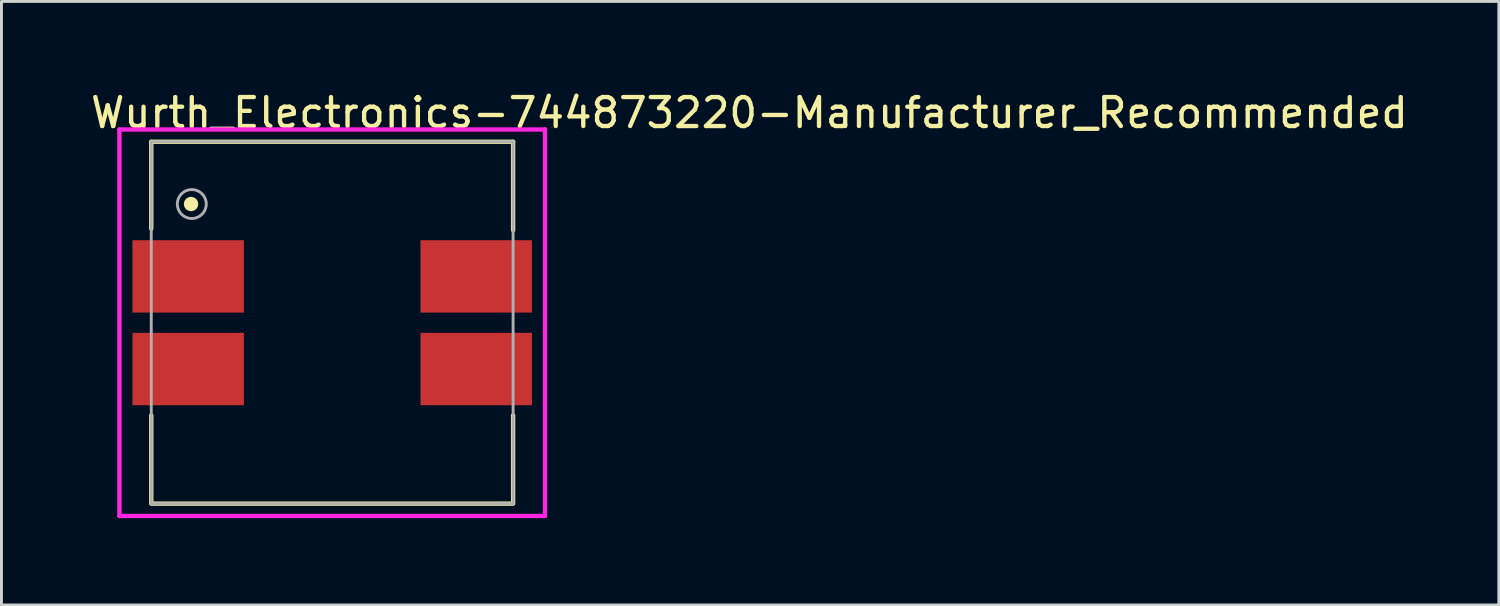
<source format=kicad_pcb>
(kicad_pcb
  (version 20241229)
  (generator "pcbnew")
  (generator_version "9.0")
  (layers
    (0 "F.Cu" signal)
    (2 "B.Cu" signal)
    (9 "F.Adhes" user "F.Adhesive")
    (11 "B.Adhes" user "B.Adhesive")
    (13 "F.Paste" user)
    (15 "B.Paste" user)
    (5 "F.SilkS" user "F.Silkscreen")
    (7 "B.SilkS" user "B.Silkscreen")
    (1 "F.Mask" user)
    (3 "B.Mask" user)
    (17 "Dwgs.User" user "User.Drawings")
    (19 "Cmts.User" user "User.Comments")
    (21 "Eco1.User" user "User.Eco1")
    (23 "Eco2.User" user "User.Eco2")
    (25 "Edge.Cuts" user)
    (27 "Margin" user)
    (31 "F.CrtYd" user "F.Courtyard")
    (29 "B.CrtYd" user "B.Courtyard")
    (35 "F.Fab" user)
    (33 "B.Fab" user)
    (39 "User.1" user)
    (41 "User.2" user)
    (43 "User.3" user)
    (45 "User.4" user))
  (footprint "Wurth_Electronics-744873220-Manufacturer_Recommended"
    (layer "F.Cu")
    (at 8.425 8.098)
    (property "Reference" "Wurth_Electronics-744873220-Manufacturer_Recommended" (at -8.425 -7.25 0) (layer "F.SilkS") (effects (font (size 1 1) (thickness 0.15)) (justify left)))
    (attr through_hole)
    (fp_line (start -6.25 -6.25) (end 6.25 -6.25) (stroke (width 0.15) (type solid)) (layer "F.SilkS"))
    (fp_line (start -6.25 -3.25) (end -6.25 -6.25) (stroke (width 0.15) (type solid)) (layer "F.SilkS"))
    (fp_line (start -6.25 6.2) (end -6.25 3.2) (stroke (width 0.15) (type solid)) (layer "F.SilkS"))
    (fp_line (start -6.25 6.25) (end 6.25 6.25) (stroke (width 0.15) (type solid)) (layer "F.SilkS"))
    (fp_line (start 6.25 -3.2) (end 6.25 -6.25) (stroke (width 0.15) (type solid)) (layer "F.SilkS"))
    (fp_line (start 6.25 6.2) (end 6.25 3.2) (stroke (width 0.15) (type solid)) (layer "F.SilkS"))
    (fp_circle (center -4.875 -4.1) (end -4.75 -4.1) (stroke (width 0.25) (type solid)) (fill no) (layer "F.SilkS"))
    (fp_line (start -7.35 -6.675) (end -7.35 6.675) (stroke (width 0.15) (type solid)) (layer "F.CrtYd"))
    (fp_line (start -7.35 6.675) (end 7.35 6.675) (stroke (width 0.15) (type solid)) (layer "F.CrtYd"))
    (fp_line (start 7.35 -6.675) (end -7.35 -6.675) (stroke (width 0.15) (type solid)) (layer "F.CrtYd"))
    (fp_line (start 7.35 -6.675) (end 7.35 -6.675) (stroke (width 0.15) (type solid)) (layer "F.CrtYd"))
    (fp_line (start 7.35 6.675) (end 7.35 -6.675) (stroke (width 0.15) (type solid)) (layer "F.CrtYd"))
    (fp_line (start -6.25 -6.25) (end 6.25 -6.25) (stroke (width 0.1) (type solid)) (layer "F.Fab"))
    (fp_line (start -6.25 6.25) (end -6.25 -6.25) (stroke (width 0.1) (type solid)) (layer "F.Fab"))
    (fp_line (start -6.25 6.25) (end 6.25 6.25) (stroke (width 0.1) (type solid)) (layer "F.Fab"))
    (fp_line (start 6.25 6.25) (end 6.25 -6.25) (stroke (width 0.1) (type solid)) (layer "F.Fab"))
    (fp_circle (center -4.85 -4.1) (end -4.35 -4.1) (stroke (width 0.1) (type solid)) (fill no) (layer "F.Fab"))
    (pad "1" smd rect (at -4.975 -1.6 270) (size 2.5 3.85) (layers "F.Cu" "F.Mask" "F.Paste"))
    (pad "2" smd rect (at -4.975 1.6 270) (size 2.5 3.85) (layers "F.Cu" "F.Mask" "F.Paste"))
    (pad "3" smd rect (at 4.975 1.6 270) (size 2.5 3.85) (layers "F.Cu" "F.Mask" "F.Paste"))
    (pad "4" smd rect (at 4.975 -1.6 270) (size 2.5 3.85) (layers "F.Cu" "F.Mask" "F.Paste")))
  (gr_rect
    (start -3 -3)
    (end 48.726 17.848)
    (stroke (width 0.1) (type default))
    (fill no)
    (layer "Edge.Cuts")))
</source>
